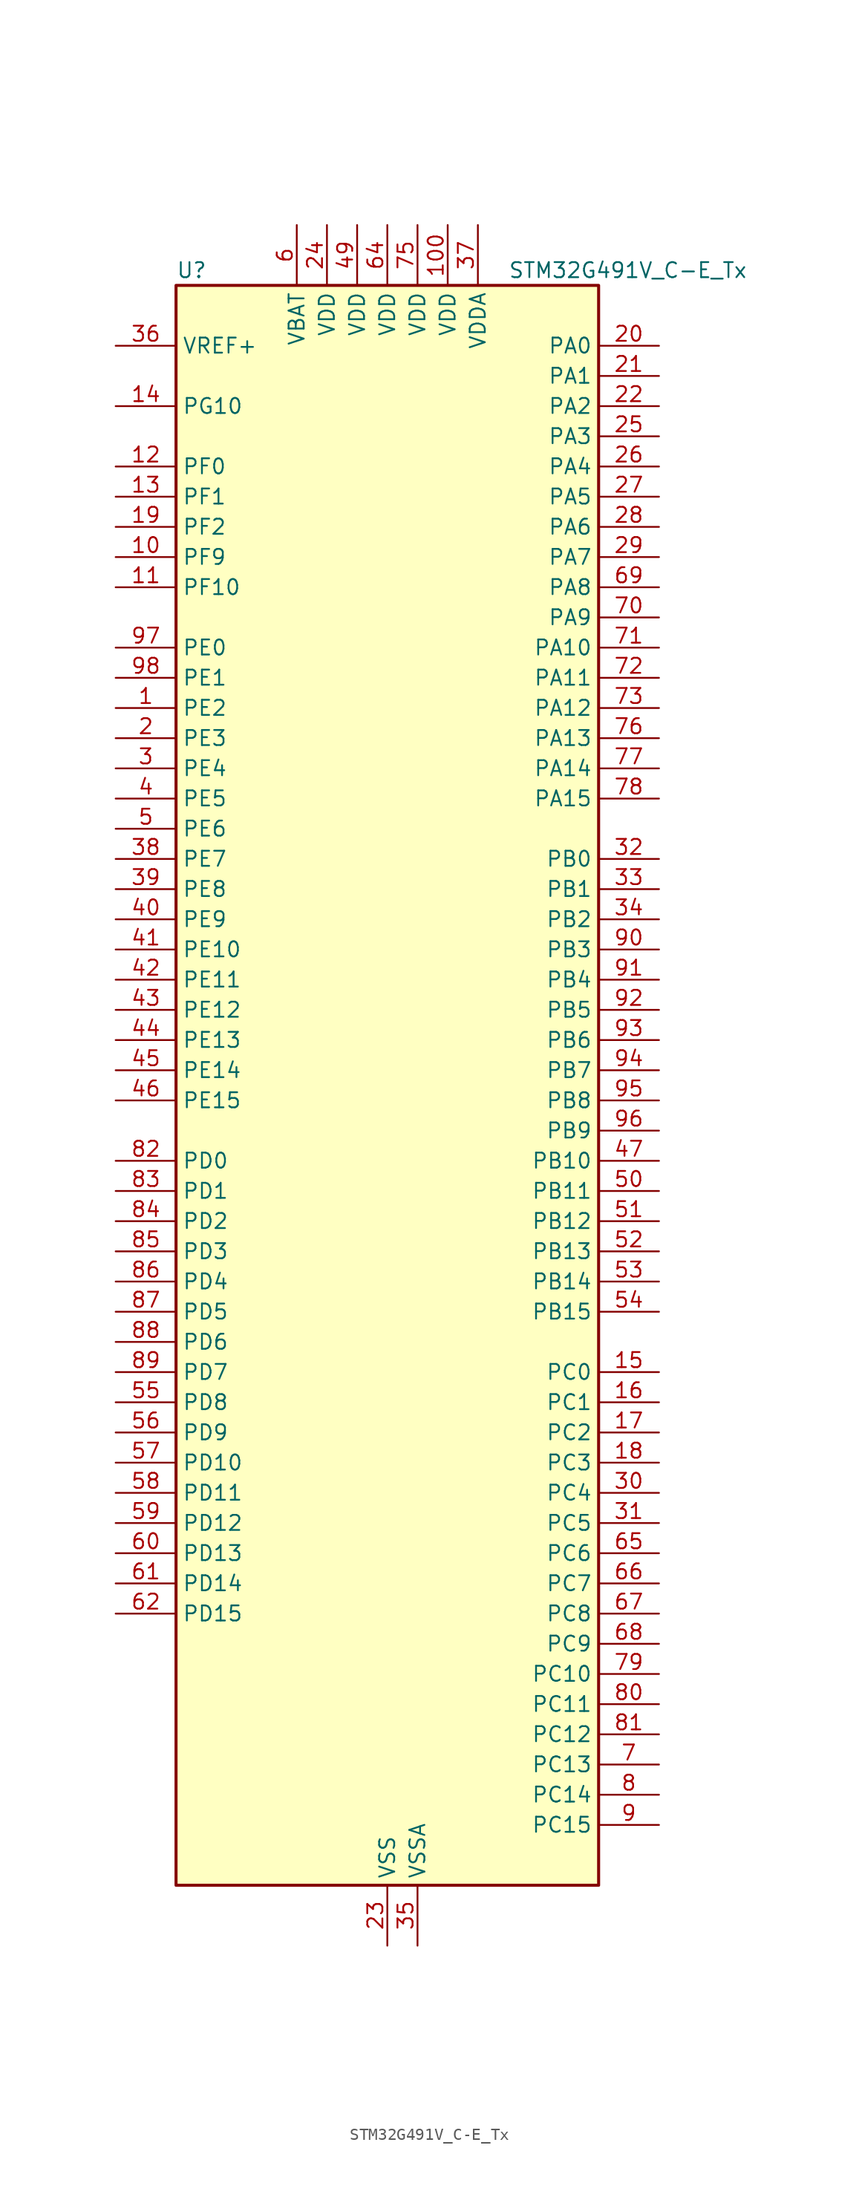
<source format=kicad_sym>
(kicad_symbol_lib
  (version 20241209)
  (generator "kicad_symbol_editor")
  (generator_version "9.0")
  (symbol "STM32G491V_C-E_Tx"
    (property "Reference" "U"
      (at -17.78 69.85 0)
      (effects (font (size 1.27 1.27)) (justify left)))
    (property "Value" "STM32G491V_C-E_Tx"
      (at 10.16 69.85 0)
      (effects (font (size 1.27 1.27)) (justify left)))
    (symbol "STM32G491V_C-E_Tx_0_1"
      (rectangle (start -17.78 -66.04) (end 17.78 68.58) (stroke (width 0.254) (type default)) (fill (type background))))
    (symbol "STM32G491V_C-E_Tx_1_1"
      (pin input line (at -22.86 63.5 0) (length 5.08) (name "VREF+" (effects (font (size 1.27 1.27)))) (number "36" (effects (font (size 1.27 1.27)))) (alternate "VREFBUF_OUT" bidirectional line))
      (pin bidirectional line (at -22.86 58.42 0) (length 5.08) (name "PG10" (effects (font (size 1.27 1.27)))) (number "14" (effects (font (size 1.27 1.27)))) (alternate "DAC1_EXTI10" bidirectional line) (alternate "DAC3_EXTI10" bidirectional line) (alternate "RCC_MCO" bidirectional line))
      (pin bidirectional line (at -22.86 53.34 0) (length 5.08) (name "PF0" (effects (font (size 1.27 1.27)))) (number "12" (effects (font (size 1.27 1.27)))) (alternate "ADC1_IN10" bidirectional line) (alternate "I2C2_SDA" bidirectional line) (alternate "I2S2_WS" bidirectional line) (alternate "RCC_OSC_IN" bidirectional line) (alternate "SPI2_NSS" bidirectional line) (alternate "TIM1_CH3N" bidirectional line))
      (pin bidirectional line (at -22.86 50.8 0) (length 5.08) (name "PF1" (effects (font (size 1.27 1.27)))) (number "13" (effects (font (size 1.27 1.27)))) (alternate "ADC2_IN10" bidirectional line) (alternate "COMP3_INM" bidirectional line) (alternate "I2S2_CK" bidirectional line) (alternate "RCC_OSC_OUT" bidirectional line) (alternate "SPI2_SCK" bidirectional line))
      (pin bidirectional line (at -22.86 48.26 0) (length 5.08) (name "PF2" (effects (font (size 1.27 1.27)))) (number "19" (effects (font (size 1.27 1.27)))) (alternate "ADC3_EXTI2" bidirectional line) (alternate "I2C2_SMBA" bidirectional line) (alternate "TIM20_CH3" bidirectional line))
      (pin bidirectional line (at -22.86 45.72 0) (length 5.08) (name "PF9" (effects (font (size 1.27 1.27)))) (number "10" (effects (font (size 1.27 1.27)))) (alternate "DAC1_EXTI9" bidirectional line) (alternate "DAC3_EXTI9" bidirectional line) (alternate "QUADSPI1_BK1_IO1" bidirectional line) (alternate "SAI1_FS_B" bidirectional line) (alternate "SPI2_SCK" bidirectional line) (alternate "TIM15_CH1" bidirectional line) (alternate "TIM20_BKIN" bidirectional line))
      (pin bidirectional line (at -22.86 43.18 0) (length 5.08) (name "PF10" (effects (font (size 1.27 1.27)))) (number "11" (effects (font (size 1.27 1.27)))) (alternate "DAC1_EXTI10" bidirectional line) (alternate "DAC3_EXTI10" bidirectional line) (alternate "QUADSPI1_CLK" bidirectional line) (alternate "SAI1_D3" bidirectional line) (alternate "SPI2_SCK" bidirectional line) (alternate "TIM15_CH2" bidirectional line) (alternate "TIM20_BKIN2" bidirectional line))
      (pin bidirectional line (at -22.86 38.1 0) (length 5.08) (name "PE0" (effects (font (size 1.27 1.27)))) (number "97" (effects (font (size 1.27 1.27)))) (alternate "TIM16_CH1" bidirectional line) (alternate "TIM20_CH4N" bidirectional line) (alternate "TIM20_ETR" bidirectional line) (alternate "TIM4_ETR" bidirectional line) (alternate "USART1_TX" bidirectional line))
      (pin bidirectional line (at -22.86 35.56 0) (length 5.08) (name "PE1" (effects (font (size 1.27 1.27)))) (number "98" (effects (font (size 1.27 1.27)))) (alternate "TIM17_CH1" bidirectional line) (alternate "TIM20_CH4" bidirectional line) (alternate "USART1_RX" bidirectional line))
      (pin bidirectional line (at -22.86 33.02 0) (length 5.08) (name "PE2" (effects (font (size 1.27 1.27)))) (number "1" (effects (font (size 1.27 1.27)))) (alternate "ADC3_EXTI2" bidirectional line) (alternate "SAI1_CK1" bidirectional line) (alternate "SAI1_MCLK_A" bidirectional line) (alternate "SYS_TRACECLK" bidirectional line) (alternate "TIM20_CH1" bidirectional line) (alternate "TIM3_CH1" bidirectional line))
      (pin bidirectional line (at -22.86 30.48 0) (length 5.08) (name "PE3" (effects (font (size 1.27 1.27)))) (number "2" (effects (font (size 1.27 1.27)))) (alternate "ADC3_EXTI3" bidirectional line) (alternate "SAI1_SD_B" bidirectional line) (alternate "SYS_TRACED0" bidirectional line) (alternate "TIM20_CH2" bidirectional line) (alternate "TIM3_CH2" bidirectional line))
      (pin bidirectional line (at -22.86 27.94 0) (length 5.08) (name "PE4" (effects (font (size 1.27 1.27)))) (number "3" (effects (font (size 1.27 1.27)))) (alternate "SAI1_D2" bidirectional line) (alternate "SAI1_FS_A" bidirectional line) (alternate "SYS_TRACED1" bidirectional line) (alternate "TIM20_CH1N" bidirectional line) (alternate "TIM3_CH3" bidirectional line))
      (pin bidirectional line (at -22.86 25.4 0) (length 5.08) (name "PE5" (effects (font (size 1.27 1.27)))) (number "4" (effects (font (size 1.27 1.27)))) (alternate "SAI1_CK2" bidirectional line) (alternate "SAI1_SCK_A" bidirectional line) (alternate "SYS_TRACED2" bidirectional line) (alternate "TIM20_CH2N" bidirectional line) (alternate "TIM3_CH4" bidirectional line))
      (pin bidirectional line (at -22.86 22.86 0) (length 5.08) (name "PE6" (effects (font (size 1.27 1.27)))) (number "5" (effects (font (size 1.27 1.27)))) (alternate "RTC_TAMP3" bidirectional line) (alternate "SAI1_D1" bidirectional line) (alternate "SAI1_SD_A" bidirectional line) (alternate "SYS_TRACED3" bidirectional line) (alternate "SYS_WKUP3" bidirectional line) (alternate "TIM20_CH3N" bidirectional line))
      (pin bidirectional line (at -22.86 20.32 0) (length 5.08) (name "PE7" (effects (font (size 1.27 1.27)))) (number "38" (effects (font (size 1.27 1.27)))) (alternate "ADC3_IN4" bidirectional line) (alternate "COMP4_INP" bidirectional line) (alternate "SAI1_SD_B" bidirectional line) (alternate "TIM1_ETR" bidirectional line))
      (pin bidirectional line (at -22.86 17.78 0) (length 5.08) (name "PE8" (effects (font (size 1.27 1.27)))) (number "39" (effects (font (size 1.27 1.27)))) (alternate "ADC3_IN6" bidirectional line) (alternate "COMP4_INM" bidirectional line) (alternate "SAI1_SCK_B" bidirectional line) (alternate "TIM1_CH1N" bidirectional line))
      (pin bidirectional line (at -22.86 15.24 0) (length 5.08) (name "PE9" (effects (font (size 1.27 1.27)))) (number "40" (effects (font (size 1.27 1.27)))) (alternate "ADC3_IN2" bidirectional line) (alternate "DAC1_EXTI9" bidirectional line) (alternate "DAC3_EXTI9" bidirectional line) (alternate "SAI1_FS_B" bidirectional line) (alternate "TIM1_CH1" bidirectional line))
      (pin bidirectional line (at -22.86 12.7 0) (length 5.08) (name "PE10" (effects (font (size 1.27 1.27)))) (number "41" (effects (font (size 1.27 1.27)))) (alternate "ADC3_IN14" bidirectional line) (alternate "DAC1_EXTI10" bidirectional line) (alternate "DAC3_EXTI10" bidirectional line) (alternate "QUADSPI1_CLK" bidirectional line) (alternate "SAI1_MCLK_B" bidirectional line) (alternate "TIM1_CH2N" bidirectional line))
      (pin bidirectional line (at -22.86 10.16 0) (length 5.08) (name "PE11" (effects (font (size 1.27 1.27)))) (number "42" (effects (font (size 1.27 1.27)))) (alternate "ADC1_EXTI11" bidirectional line) (alternate "ADC2_EXTI11" bidirectional line) (alternate "ADC3_IN15" bidirectional line) (alternate "QUADSPI1_BK1_NCS" bidirectional line) (alternate "TIM1_CH2" bidirectional line))
      (pin bidirectional line (at -22.86 7.62 0) (length 5.08) (name "PE12" (effects (font (size 1.27 1.27)))) (number "43" (effects (font (size 1.27 1.27)))) (alternate "ADC3_IN16" bidirectional line) (alternate "QUADSPI1_BK1_IO0" bidirectional line) (alternate "TIM1_CH3N" bidirectional line))
      (pin bidirectional line (at -22.86 5.08 0) (length 5.08) (name "PE13" (effects (font (size 1.27 1.27)))) (number "44" (effects (font (size 1.27 1.27)))) (alternate "ADC3_IN3" bidirectional line) (alternate "QUADSPI1_BK1_IO1" bidirectional line) (alternate "TIM1_CH3" bidirectional line))
      (pin bidirectional line (at -22.86 2.54 0) (length 5.08) (name "PE14" (effects (font (size 1.27 1.27)))) (number "45" (effects (font (size 1.27 1.27)))) (alternate "QUADSPI1_BK1_IO2" bidirectional line) (alternate "TIM1_BKIN2" bidirectional line) (alternate "TIM1_CH4" bidirectional line))
      (pin bidirectional line (at -22.86 0 0) (length 5.08) (name "PE15" (effects (font (size 1.27 1.27)))) (number "46" (effects (font (size 1.27 1.27)))) (alternate "ADC1_EXTI15" bidirectional line) (alternate "ADC2_EXTI15" bidirectional line) (alternate "QUADSPI1_BK1_IO3" bidirectional line) (alternate "TIM1_BKIN" bidirectional line) (alternate "TIM1_CH4N" bidirectional line) (alternate "USART3_RX" bidirectional line))
      (pin bidirectional line (at -22.86 -5.08 0) (length 5.08) (name "PD0" (effects (font (size 1.27 1.27)))) (number "82" (effects (font (size 1.27 1.27)))) (alternate "FDCAN1_RX" bidirectional line) (alternate "TIM8_CH4N" bidirectional line))
      (pin bidirectional line (at -22.86 -7.62 0) (length 5.08) (name "PD1" (effects (font (size 1.27 1.27)))) (number "83" (effects (font (size 1.27 1.27)))) (alternate "FDCAN1_TX" bidirectional line) (alternate "TIM8_BKIN2" bidirectional line) (alternate "TIM8_CH4" bidirectional line))
      (pin bidirectional line (at -22.86 -10.16 0) (length 5.08) (name "PD2" (effects (font (size 1.27 1.27)))) (number "84" (effects (font (size 1.27 1.27)))) (alternate "ADC3_EXTI2" bidirectional line) (alternate "TIM3_ETR" bidirectional line) (alternate "TIM8_BKIN" bidirectional line) (alternate "UART5_RX" bidirectional line))
      (pin bidirectional line (at -22.86 -12.7 0) (length 5.08) (name "PD3" (effects (font (size 1.27 1.27)))) (number "85" (effects (font (size 1.27 1.27)))) (alternate "ADC3_EXTI3" bidirectional line) (alternate "QUADSPI1_BK2_NCS" bidirectional line) (alternate "TIM2_CH1" bidirectional line) (alternate "TIM2_ETR" bidirectional line) (alternate "USART2_CTS" bidirectional line) (alternate "USART2_NSS" bidirectional line))
      (pin bidirectional line (at -22.86 -15.24 0) (length 5.08) (name "PD4" (effects (font (size 1.27 1.27)))) (number "86" (effects (font (size 1.27 1.27)))) (alternate "QUADSPI1_BK2_IO0" bidirectional line) (alternate "TIM2_CH2" bidirectional line) (alternate "USART2_DE" bidirectional line) (alternate "USART2_RTS" bidirectional line))
      (pin bidirectional line (at -22.86 -17.78 0) (length 5.08) (name "PD5" (effects (font (size 1.27 1.27)))) (number "87" (effects (font (size 1.27 1.27)))) (alternate "QUADSPI1_BK2_IO1" bidirectional line) (alternate "USART2_TX" bidirectional line))
      (pin bidirectional line (at -22.86 -20.32 0) (length 5.08) (name "PD6" (effects (font (size 1.27 1.27)))) (number "88" (effects (font (size 1.27 1.27)))) (alternate "QUADSPI1_BK2_IO2" bidirectional line) (alternate "SAI1_D1" bidirectional line) (alternate "SAI1_SD_A" bidirectional line) (alternate "TIM2_CH4" bidirectional line) (alternate "USART2_RX" bidirectional line))
      (pin bidirectional line (at -22.86 -22.86 0) (length 5.08) (name "PD7" (effects (font (size 1.27 1.27)))) (number "89" (effects (font (size 1.27 1.27)))) (alternate "QUADSPI1_BK2_IO3" bidirectional line) (alternate "TIM2_CH3" bidirectional line) (alternate "USART2_CK" bidirectional line))
      (pin bidirectional line (at -22.86 -25.4 0) (length 5.08) (name "PD8" (effects (font (size 1.27 1.27)))) (number "55" (effects (font (size 1.27 1.27)))) (alternate "USART3_TX" bidirectional line))
      (pin bidirectional line (at -22.86 -27.94 0) (length 5.08) (name "PD9" (effects (font (size 1.27 1.27)))) (number "56" (effects (font (size 1.27 1.27)))) (alternate "DAC1_EXTI9" bidirectional line) (alternate "DAC3_EXTI9" bidirectional line) (alternate "OPAMP6_VINP" bidirectional line) (alternate "OPAMP6_VINP_SEC" bidirectional line) (alternate "USART3_RX" bidirectional line))
      (pin bidirectional line (at -22.86 -30.48 0) (length 5.08) (name "PD10" (effects (font (size 1.27 1.27)))) (number "57" (effects (font (size 1.27 1.27)))) (alternate "ADC3_IN7" bidirectional line) (alternate "DAC1_EXTI10" bidirectional line) (alternate "DAC3_EXTI10" bidirectional line) (alternate "USART3_CK" bidirectional line))
      (pin bidirectional line (at -22.86 -33.02 0) (length 5.08) (name "PD11" (effects (font (size 1.27 1.27)))) (number "58" (effects (font (size 1.27 1.27)))) (alternate "ADC1_EXTI11" bidirectional line) (alternate "ADC2_EXTI11" bidirectional line) (alternate "ADC3_IN8" bidirectional line) (alternate "USART3_CTS" bidirectional line) (alternate "USART3_NSS" bidirectional line))
      (pin bidirectional line (at -22.86 -35.56 0) (length 5.08) (name "PD12" (effects (font (size 1.27 1.27)))) (number "59" (effects (font (size 1.27 1.27)))) (alternate "ADC3_IN9" bidirectional line) (alternate "TIM4_CH1" bidirectional line) (alternate "USART3_DE" bidirectional line) (alternate "USART3_RTS" bidirectional line))
      (pin bidirectional line (at -22.86 -38.1 0) (length 5.08) (name "PD13" (effects (font (size 1.27 1.27)))) (number "60" (effects (font (size 1.27 1.27)))) (alternate "ADC3_IN10" bidirectional line) (alternate "TIM4_CH2" bidirectional line))
      (pin bidirectional line (at -22.86 -40.64 0) (length 5.08) (name "PD14" (effects (font (size 1.27 1.27)))) (number "61" (effects (font (size 1.27 1.27)))) (alternate "ADC3_IN11" bidirectional line) (alternate "OPAMP2_VINP" bidirectional line) (alternate "OPAMP2_VINP_SEC" bidirectional line) (alternate "TIM4_CH3" bidirectional line))
      (pin bidirectional line (at -22.86 -43.18 0) (length 5.08) (name "PD15" (effects (font (size 1.27 1.27)))) (number "62" (effects (font (size 1.27 1.27)))) (alternate "ADC1_EXTI15" bidirectional line) (alternate "ADC2_EXTI15" bidirectional line) (alternate "SPI2_NSS" bidirectional line) (alternate "TIM4_CH4" bidirectional line))
      (pin power_in line (at -7.62 73.66 270) (length 5.08) (name "VBAT" (effects (font (size 1.27 1.27)))) (number "6" (effects (font (size 1.27 1.27)))))
      (pin power_in line (at -5.08 73.66 270) (length 5.08) (name "VDD" (effects (font (size 1.27 1.27)))) (number "24" (effects (font (size 1.27 1.27)))))
      (pin power_in line (at -2.54 73.66 270) (length 5.08) (name "VDD" (effects (font (size 1.27 1.27)))) (number "49" (effects (font (size 1.27 1.27)))))
      (pin power_in line (at 0 73.66 270) (length 5.08) (name "VDD" (effects (font (size 1.27 1.27)))) (number "64" (effects (font (size 1.27 1.27)))))
      (pin power_in line (at 0 -71.12 90) (length 5.08) (name "VSS" (effects (font (size 1.27 1.27)))) (number "23" (effects (font (size 1.27 1.27)))))
      (pin passive line (at 0 -71.12 90) (length 5.08) (hide yes) (name "VSS" (effects (font (size 1.27 1.27)))) (number "48" (effects (font (size 1.27 1.27)))))
      (pin passive line (at 0 -71.12 90) (length 5.08) (hide yes) (name "VSS" (effects (font (size 1.27 1.27)))) (number "63" (effects (font (size 1.27 1.27)))))
      (pin passive line (at 0 -71.12 90) (length 5.08) (hide yes) (name "VSS" (effects (font (size 1.27 1.27)))) (number "74" (effects (font (size 1.27 1.27)))))
      (pin passive line (at 0 -71.12 90) (length 5.08) (hide yes) (name "VSS" (effects (font (size 1.27 1.27)))) (number "99" (effects (font (size 1.27 1.27)))))
      (pin power_in line (at 2.54 73.66 270) (length 5.08) (name "VDD" (effects (font (size 1.27 1.27)))) (number "75" (effects (font (size 1.27 1.27)))))
      (pin power_in line (at 2.54 -71.12 90) (length 5.08) (name "VSSA" (effects (font (size 1.27 1.27)))) (number "35" (effects (font (size 1.27 1.27)))))
      (pin power_in line (at 5.08 73.66 270) (length 5.08) (name "VDD" (effects (font (size 1.27 1.27)))) (number "100" (effects (font (size 1.27 1.27)))))
      (pin power_in line (at 7.62 73.66 270) (length 5.08) (name "VDDA" (effects (font (size 1.27 1.27)))) (number "37" (effects (font (size 1.27 1.27)))))
      (pin bidirectional line (at 22.86 63.5 180) (length 5.08) (name "PA0" (effects (font (size 1.27 1.27)))) (number "20" (effects (font (size 1.27 1.27)))) (alternate "ADC1_IN1" bidirectional line) (alternate "ADC2_IN1" bidirectional line) (alternate "COMP1_INM" bidirectional line) (alternate "COMP1_OUT" bidirectional line) (alternate "COMP3_INP" bidirectional line) (alternate "RTC_TAMP2" bidirectional line) (alternate "SYS_WKUP1" bidirectional line) (alternate "TIM2_CH1" bidirectional line) (alternate "TIM2_ETR" bidirectional line) (alternate "TIM8_BKIN" bidirectional line) (alternate "TIM8_ETR" bidirectional line) (alternate "USART2_CTS" bidirectional line) (alternate "USART2_NSS" bidirectional line))
      (pin bidirectional line (at 22.86 60.96 180) (length 5.08) (name "PA1" (effects (font (size 1.27 1.27)))) (number "21" (effects (font (size 1.27 1.27)))) (alternate "ADC1_IN2" bidirectional line) (alternate "ADC2_IN2" bidirectional line) (alternate "COMP1_INP" bidirectional line) (alternate "OPAMP1_VINP" bidirectional line) (alternate "OPAMP1_VINP_SEC" bidirectional line) (alternate "OPAMP3_VINP" bidirectional line) (alternate "OPAMP3_VINP_SEC" bidirectional line) (alternate "OPAMP6_VINM" bidirectional line) (alternate "OPAMP6_VINM0" bidirectional line) (alternate "OPAMP6_VINM_SEC" bidirectional line) (alternate "RTC_REFIN" bidirectional line) (alternate "TIM15_CH1N" bidirectional line) (alternate "TIM2_CH2" bidirectional line) (alternate "USART2_DE" bidirectional line) (alternate "USART2_RTS" bidirectional line))
      (pin bidirectional line (at 22.86 58.42 180) (length 5.08) (name "PA2" (effects (font (size 1.27 1.27)))) (number "22" (effects (font (size 1.27 1.27)))) (alternate "ADC1_IN3" bidirectional line) (alternate "ADC3_EXTI2" bidirectional line) (alternate "COMP2_INM" bidirectional line) (alternate "COMP2_OUT" bidirectional line) (alternate "LPUART1_TX" bidirectional line) (alternate "OPAMP1_VOUT" bidirectional line) (alternate "QUADSPI1_BK1_NCS" bidirectional line) (alternate "RCC_LSCO" bidirectional line) (alternate "SYS_WKUP4" bidirectional line) (alternate "TIM15_CH1" bidirectional line) (alternate "TIM2_CH3" bidirectional line) (alternate "UCPD1_FRSTX1" bidirectional line) (alternate "UCPD1_FRSTX2" bidirectional line) (alternate "USART2_TX" bidirectional line))
      (pin bidirectional line (at 22.86 55.88 180) (length 5.08) (name "PA3" (effects (font (size 1.27 1.27)))) (number "25" (effects (font (size 1.27 1.27)))) (alternate "ADC1_IN4" bidirectional line) (alternate "ADC3_EXTI3" bidirectional line) (alternate "COMP2_INP" bidirectional line) (alternate "LPUART1_RX" bidirectional line) (alternate "OPAMP1_VINM" bidirectional line) (alternate "OPAMP1_VINM0" bidirectional line) (alternate "OPAMP1_VINM_SEC" bidirectional line) (alternate "OPAMP1_VINP" bidirectional line) (alternate "OPAMP1_VINP_SEC" bidirectional line) (alternate "QUADSPI1_CLK" bidirectional line) (alternate "SAI1_CK1" bidirectional line) (alternate "SAI1_MCLK_A" bidirectional line) (alternate "TIM15_CH2" bidirectional line) (alternate "TIM2_CH4" bidirectional line) (alternate "USART2_RX" bidirectional line))
      (pin bidirectional line (at 22.86 53.34 180) (length 5.08) (name "PA4" (effects (font (size 1.27 1.27)))) (number "26" (effects (font (size 1.27 1.27)))) (alternate "ADC2_IN17" bidirectional line) (alternate "COMP1_INM" bidirectional line) (alternate "DAC1_OUT1" bidirectional line) (alternate "I2S3_WS" bidirectional line) (alternate "SAI1_FS_B" bidirectional line) (alternate "SPI1_NSS" bidirectional line) (alternate "SPI3_NSS" bidirectional line) (alternate "TIM3_CH2" bidirectional line) (alternate "USART2_CK" bidirectional line))
      (pin bidirectional line (at 22.86 50.8 180) (length 5.08) (name "PA5" (effects (font (size 1.27 1.27)))) (number "27" (effects (font (size 1.27 1.27)))) (alternate "ADC2_IN13" bidirectional line) (alternate "COMP2_INM" bidirectional line) (alternate "DAC1_OUT2" bidirectional line) (alternate "OPAMP2_VINM" bidirectional line) (alternate "OPAMP2_VINM0" bidirectional line) (alternate "OPAMP2_VINM_SEC" bidirectional line) (alternate "SPI1_SCK" bidirectional line) (alternate "TIM2_CH1" bidirectional line) (alternate "TIM2_ETR" bidirectional line) (alternate "UCPD1_FRSTX1" bidirectional line) (alternate "UCPD1_FRSTX2" bidirectional line))
      (pin bidirectional line (at 22.86 48.26 180) (length 5.08) (name "PA6" (effects (font (size 1.27 1.27)))) (number "28" (effects (font (size 1.27 1.27)))) (alternate "ADC2_IN3" bidirectional line) (alternate "COMP1_OUT" bidirectional line) (alternate "LPUART1_CTS" bidirectional line) (alternate "OPAMP2_VOUT" bidirectional line) (alternate "QUADSPI1_BK1_IO3" bidirectional line) (alternate "SPI1_MISO" bidirectional line) (alternate "TIM16_CH1" bidirectional line) (alternate "TIM1_BKIN" bidirectional line) (alternate "TIM3_CH1" bidirectional line) (alternate "TIM8_BKIN" bidirectional line))
      (pin bidirectional line (at 22.86 45.72 180) (length 5.08) (name "PA7" (effects (font (size 1.27 1.27)))) (number "29" (effects (font (size 1.27 1.27)))) (alternate "ADC2_IN4" bidirectional line) (alternate "COMP2_INP" bidirectional line) (alternate "COMP2_OUT" bidirectional line) (alternate "OPAMP1_VINP" bidirectional line) (alternate "OPAMP1_VINP_SEC" bidirectional line) (alternate "OPAMP2_VINP" bidirectional line) (alternate "OPAMP2_VINP_SEC" bidirectional line) (alternate "QUADSPI1_BK1_IO2" bidirectional line) (alternate "SPI1_MOSI" bidirectional line) (alternate "TIM17_CH1" bidirectional line) (alternate "TIM1_CH1N" bidirectional line) (alternate "TIM3_CH2" bidirectional line) (alternate "TIM8_CH1N" bidirectional line) (alternate "UCPD1_FRSTX1" bidirectional line) (alternate "UCPD1_FRSTX2" bidirectional line))
      (pin bidirectional line (at 22.86 43.18 180) (length 5.08) (name "PA8" (effects (font (size 1.27 1.27)))) (number "69" (effects (font (size 1.27 1.27)))) (alternate "I2C2_SDA" bidirectional line) (alternate "I2C3_SCL" bidirectional line) (alternate "I2S2_MCK" bidirectional line) (alternate "RCC_MCO" bidirectional line) (alternate "SAI1_CK2" bidirectional line) (alternate "SAI1_SCK_A" bidirectional line) (alternate "TIM1_CH1" bidirectional line) (alternate "TIM4_ETR" bidirectional line) (alternate "USART1_CK" bidirectional line))
      (pin bidirectional line (at 22.86 40.64 180) (length 5.08) (name "PA9" (effects (font (size 1.27 1.27)))) (number "70" (effects (font (size 1.27 1.27)))) (alternate "DAC1_EXTI9" bidirectional line) (alternate "DAC3_EXTI9" bidirectional line) (alternate "I2C2_SCL" bidirectional line) (alternate "I2C3_SMBA" bidirectional line) (alternate "I2S3_MCK" bidirectional line) (alternate "SAI1_FS_A" bidirectional line) (alternate "TIM15_BKIN" bidirectional line) (alternate "TIM1_CH2" bidirectional line) (alternate "TIM2_CH3" bidirectional line) (alternate "UCPD1_DBCC1" bidirectional line) (alternate "USART1_TX" bidirectional line))
      (pin bidirectional line (at 22.86 38.1 180) (length 5.08) (name "PA10" (effects (font (size 1.27 1.27)))) (number "71" (effects (font (size 1.27 1.27)))) (alternate "CRS_SYNC" bidirectional line) (alternate "DAC1_EXTI10" bidirectional line) (alternate "DAC3_EXTI10" bidirectional line) (alternate "I2C2_SMBA" bidirectional line) (alternate "SAI1_D1" bidirectional line) (alternate "SAI1_SD_A" bidirectional line) (alternate "SPI2_MISO" bidirectional line) (alternate "TIM17_BKIN" bidirectional line) (alternate "TIM1_CH3" bidirectional line) (alternate "TIM2_CH4" bidirectional line) (alternate "TIM8_BKIN" bidirectional line) (alternate "UCPD1_DBCC2" bidirectional line) (alternate "USART1_RX" bidirectional line))
      (pin bidirectional line (at 22.86 35.56 180) (length 5.08) (name "PA11" (effects (font (size 1.27 1.27)))) (number "72" (effects (font (size 1.27 1.27)))) (alternate "ADC1_EXTI11" bidirectional line) (alternate "ADC2_EXTI11" bidirectional line) (alternate "COMP1_OUT" bidirectional line) (alternate "FDCAN1_RX" bidirectional line) (alternate "I2S2_SD" bidirectional line) (alternate "SPI2_MOSI" bidirectional line) (alternate "TIM1_BKIN2" bidirectional line) (alternate "TIM1_CH1N" bidirectional line) (alternate "TIM1_CH4" bidirectional line) (alternate "TIM4_CH1" bidirectional line) (alternate "USART1_CTS" bidirectional line) (alternate "USART1_NSS" bidirectional line) (alternate "USB_DM" bidirectional line))
      (pin bidirectional line (at 22.86 33.02 180) (length 5.08) (name "PA12" (effects (font (size 1.27 1.27)))) (number "73" (effects (font (size 1.27 1.27)))) (alternate "COMP2_OUT" bidirectional line) (alternate "FDCAN1_TX" bidirectional line) (alternate "I2S_CKIN" bidirectional line) (alternate "TIM16_CH1" bidirectional line) (alternate "TIM1_CH2N" bidirectional line) (alternate "TIM1_ETR" bidirectional line) (alternate "TIM4_CH2" bidirectional line) (alternate "USART1_DE" bidirectional line) (alternate "USART1_RTS" bidirectional line) (alternate "USB_DP" bidirectional line))
      (pin bidirectional line (at 22.86 30.48 180) (length 5.08) (name "PA13" (effects (font (size 1.27 1.27)))) (number "76" (effects (font (size 1.27 1.27)))) (alternate "I2C1_SCL" bidirectional line) (alternate "IR_OUT" bidirectional line) (alternate "SAI1_SD_B" bidirectional line) (alternate "SYS_JTMS-SWDIO" bidirectional line) (alternate "TIM16_CH1N" bidirectional line) (alternate "TIM4_CH3" bidirectional line) (alternate "USART3_CTS" bidirectional line) (alternate "USART3_NSS" bidirectional line))
      (pin bidirectional line (at 22.86 27.94 180) (length 5.08) (name "PA14" (effects (font (size 1.27 1.27)))) (number "77" (effects (font (size 1.27 1.27)))) (alternate "I2C1_SDA" bidirectional line) (alternate "LPTIM1_OUT" bidirectional line) (alternate "SAI1_FS_B" bidirectional line) (alternate "SYS_JTCK-SWCLK" bidirectional line) (alternate "TIM1_BKIN" bidirectional line) (alternate "TIM8_CH2" bidirectional line) (alternate "USART2_TX" bidirectional line))
      (pin bidirectional line (at 22.86 25.4 180) (length 5.08) (name "PA15" (effects (font (size 1.27 1.27)))) (number "78" (effects (font (size 1.27 1.27)))) (alternate "ADC1_EXTI15" bidirectional line) (alternate "ADC2_EXTI15" bidirectional line) (alternate "I2C1_SCL" bidirectional line) (alternate "I2S3_WS" bidirectional line) (alternate "SPI1_NSS" bidirectional line) (alternate "SPI3_NSS" bidirectional line) (alternate "SYS_JTDI" bidirectional line) (alternate "TIM1_BKIN" bidirectional line) (alternate "TIM20_ETR" bidirectional line) (alternate "TIM2_CH1" bidirectional line) (alternate "TIM2_ETR" bidirectional line) (alternate "TIM8_CH1" bidirectional line) (alternate "UART4_DE" bidirectional line) (alternate "UART4_RTS" bidirectional line) (alternate "USART2_RX" bidirectional line))
      (pin bidirectional line (at 22.86 20.32 180) (length 5.08) (name "PB0" (effects (font (size 1.27 1.27)))) (number "32" (effects (font (size 1.27 1.27)))) (alternate "ADC1_IN15" bidirectional line) (alternate "ADC3_IN12" bidirectional line) (alternate "COMP4_INP" bidirectional line) (alternate "OPAMP2_VINP" bidirectional line) (alternate "OPAMP2_VINP_SEC" bidirectional line) (alternate "OPAMP3_VINP" bidirectional line) (alternate "OPAMP3_VINP_SEC" bidirectional line) (alternate "QUADSPI1_BK1_IO1" bidirectional line) (alternate "TIM1_CH2N" bidirectional line) (alternate "TIM3_CH3" bidirectional line) (alternate "TIM8_CH2N" bidirectional line) (alternate "UCPD1_FRSTX1" bidirectional line) (alternate "UCPD1_FRSTX2" bidirectional line))
      (pin bidirectional line (at 22.86 17.78 180) (length 5.08) (name "PB1" (effects (font (size 1.27 1.27)))) (number "33" (effects (font (size 1.27 1.27)))) (alternate "ADC1_IN12" bidirectional line) (alternate "ADC3_IN1" bidirectional line) (alternate "COMP1_INP" bidirectional line) (alternate "COMP4_OUT" bidirectional line) (alternate "LPUART1_DE" bidirectional line) (alternate "LPUART1_RTS" bidirectional line) (alternate "OPAMP3_VOUT" bidirectional line) (alternate "OPAMP6_VINM" bidirectional line) (alternate "OPAMP6_VINM1" bidirectional line) (alternate "OPAMP6_VINM_SEC" bidirectional line) (alternate "QUADSPI1_BK1_IO0" bidirectional line) (alternate "TIM1_CH3N" bidirectional line) (alternate "TIM3_CH4" bidirectional line) (alternate "TIM8_CH3N" bidirectional line))
      (pin bidirectional line (at 22.86 15.24 180) (length 5.08) (name "PB2" (effects (font (size 1.27 1.27)))) (number "34" (effects (font (size 1.27 1.27)))) (alternate "ADC2_IN12" bidirectional line) (alternate "ADC3_EXTI2" bidirectional line) (alternate "COMP4_INM" bidirectional line) (alternate "I2C3_SMBA" bidirectional line) (alternate "LPTIM1_OUT" bidirectional line) (alternate "OPAMP3_VINM" bidirectional line) (alternate "OPAMP3_VINM0" bidirectional line) (alternate "OPAMP3_VINM_SEC" bidirectional line) (alternate "QUADSPI1_BK2_IO1" bidirectional line) (alternate "RTC_OUT2" bidirectional line) (alternate "TIM20_CH1" bidirectional line))
      (pin bidirectional line (at 22.86 12.7 180) (length 5.08) (name "PB3" (effects (font (size 1.27 1.27)))) (number "90" (effects (font (size 1.27 1.27)))) (alternate "ADC3_EXTI3" bidirectional line) (alternate "CRS_SYNC" bidirectional line) (alternate "I2S3_CK" bidirectional line) (alternate "SAI1_SCK_B" bidirectional line) (alternate "SPI1_SCK" bidirectional line) (alternate "SPI3_SCK" bidirectional line) (alternate "SYS_JTDO-SWO" bidirectional line) (alternate "TIM2_CH2" bidirectional line) (alternate "TIM3_ETR" bidirectional line) (alternate "TIM4_ETR" bidirectional line) (alternate "TIM8_CH1N" bidirectional line) (alternate "USART2_TX" bidirectional line))
      (pin bidirectional line (at 22.86 10.16 180) (length 5.08) (name "PB4" (effects (font (size 1.27 1.27)))) (number "91" (effects (font (size 1.27 1.27)))) (alternate "SAI1_MCLK_B" bidirectional line) (alternate "SPI1_MISO" bidirectional line) (alternate "SPI3_MISO" bidirectional line) (alternate "SYS_JTRST" bidirectional line) (alternate "TIM16_CH1" bidirectional line) (alternate "TIM17_BKIN" bidirectional line) (alternate "TIM3_CH1" bidirectional line) (alternate "TIM8_CH2N" bidirectional line) (alternate "UART5_DE" bidirectional line) (alternate "UART5_RTS" bidirectional line) (alternate "UCPD1_CC2" bidirectional line) (alternate "USART2_RX" bidirectional line))
      (pin bidirectional line (at 22.86 7.62 180) (length 5.08) (name "PB5" (effects (font (size 1.27 1.27)))) (number "92" (effects (font (size 1.27 1.27)))) (alternate "FDCAN2_RX" bidirectional line) (alternate "I2C1_SMBA" bidirectional line) (alternate "I2C3_SDA" bidirectional line) (alternate "I2S3_SD" bidirectional line) (alternate "LPTIM1_IN1" bidirectional line) (alternate "SAI1_SD_B" bidirectional line) (alternate "SPI1_MOSI" bidirectional line) (alternate "SPI3_MOSI" bidirectional line) (alternate "TIM16_BKIN" bidirectional line) (alternate "TIM17_CH1" bidirectional line) (alternate "TIM3_CH2" bidirectional line) (alternate "TIM8_CH3N" bidirectional line) (alternate "UART5_CTS" bidirectional line) (alternate "USART2_CK" bidirectional line))
      (pin bidirectional line (at 22.86 5.08 180) (length 5.08) (name "PB6" (effects (font (size 1.27 1.27)))) (number "93" (effects (font (size 1.27 1.27)))) (alternate "COMP4_OUT" bidirectional line) (alternate "FDCAN2_TX" bidirectional line) (alternate "LPTIM1_ETR" bidirectional line) (alternate "SAI1_FS_B" bidirectional line) (alternate "TIM16_CH1N" bidirectional line) (alternate "TIM4_CH1" bidirectional line) (alternate "TIM8_BKIN2" bidirectional line) (alternate "TIM8_CH1" bidirectional line) (alternate "TIM8_ETR" bidirectional line) (alternate "UCPD1_CC1" bidirectional line) (alternate "USART1_TX" bidirectional line))
      (pin bidirectional line (at 22.86 2.54 180) (length 5.08) (name "PB7" (effects (font (size 1.27 1.27)))) (number "94" (effects (font (size 1.27 1.27)))) (alternate "COMP3_OUT" bidirectional line) (alternate "I2C1_SDA" bidirectional line) (alternate "LPTIM1_IN2" bidirectional line) (alternate "SYS_PVD_IN" bidirectional line) (alternate "TIM17_CH1N" bidirectional line) (alternate "TIM3_CH4" bidirectional line) (alternate "TIM4_CH2" bidirectional line) (alternate "TIM8_BKIN" bidirectional line) (alternate "UART4_CTS" bidirectional line) (alternate "USART1_RX" bidirectional line))
      (pin bidirectional line (at 22.86 0 180) (length 5.08) (name "PB8" (effects (font (size 1.27 1.27)))) (number "95" (effects (font (size 1.27 1.27)))) (alternate "COMP1_OUT" bidirectional line) (alternate "FDCAN1_RX" bidirectional line) (alternate "I2C1_SCL" bidirectional line) (alternate "SAI1_CK1" bidirectional line) (alternate "SAI1_MCLK_A" bidirectional line) (alternate "TIM16_CH1" bidirectional line) (alternate "TIM1_BKIN" bidirectional line) (alternate "TIM4_CH3" bidirectional line) (alternate "TIM8_CH2" bidirectional line) (alternate "USART3_RX" bidirectional line))
      (pin bidirectional line (at 22.86 -2.54 180) (length 5.08) (name "PB9" (effects (font (size 1.27 1.27)))) (number "96" (effects (font (size 1.27 1.27)))) (alternate "COMP2_OUT" bidirectional line) (alternate "DAC1_EXTI9" bidirectional line) (alternate "DAC3_EXTI9" bidirectional line) (alternate "FDCAN1_TX" bidirectional line) (alternate "I2C1_SDA" bidirectional line) (alternate "IR_OUT" bidirectional line) (alternate "SAI1_D2" bidirectional line) (alternate "SAI1_FS_A" bidirectional line) (alternate "TIM17_CH1" bidirectional line) (alternate "TIM1_CH3N" bidirectional line) (alternate "TIM4_CH4" bidirectional line) (alternate "TIM8_CH3" bidirectional line) (alternate "USART3_TX" bidirectional line))
      (pin bidirectional line (at 22.86 -5.08 180) (length 5.08) (name "PB10" (effects (font (size 1.27 1.27)))) (number "47" (effects (font (size 1.27 1.27)))) (alternate "DAC1_EXTI10" bidirectional line) (alternate "DAC3_EXTI10" bidirectional line) (alternate "LPUART1_RX" bidirectional line) (alternate "OPAMP3_VINM" bidirectional line) (alternate "OPAMP3_VINM1" bidirectional line) (alternate "OPAMP3_VINM_SEC" bidirectional line) (alternate "QUADSPI1_CLK" bidirectional line) (alternate "SAI1_SCK_A" bidirectional line) (alternate "TIM1_BKIN" bidirectional line) (alternate "TIM2_CH3" bidirectional line) (alternate "USART3_TX" bidirectional line))
      (pin bidirectional line (at 22.86 -7.62 180) (length 5.08) (name "PB11" (effects (font (size 1.27 1.27)))) (number "50" (effects (font (size 1.27 1.27)))) (alternate "ADC1_EXTI11" bidirectional line) (alternate "ADC1_IN14" bidirectional line) (alternate "ADC2_EXTI11" bidirectional line) (alternate "ADC2_IN14" bidirectional line) (alternate "LPUART1_TX" bidirectional line) (alternate "OPAMP6_VOUT" bidirectional line) (alternate "QUADSPI1_BK1_NCS" bidirectional line) (alternate "TIM2_CH4" bidirectional line) (alternate "USART3_RX" bidirectional line))
      (pin bidirectional line (at 22.86 -10.16 180) (length 5.08) (name "PB12" (effects (font (size 1.27 1.27)))) (number "51" (effects (font (size 1.27 1.27)))) (alternate "ADC1_IN11" bidirectional line) (alternate "FDCAN2_RX" bidirectional line) (alternate "I2C2_SMBA" bidirectional line) (alternate "I2S2_WS" bidirectional line) (alternate "LPUART1_DE" bidirectional line) (alternate "LPUART1_RTS" bidirectional line) (alternate "OPAMP6_VINP" bidirectional line) (alternate "OPAMP6_VINP_SEC" bidirectional line) (alternate "SPI2_NSS" bidirectional line) (alternate "TIM1_BKIN" bidirectional line) (alternate "USART3_CK" bidirectional line))
      (pin bidirectional line (at 22.86 -12.7 180) (length 5.08) (name "PB13" (effects (font (size 1.27 1.27)))) (number "52" (effects (font (size 1.27 1.27)))) (alternate "ADC3_IN5" bidirectional line) (alternate "FDCAN2_TX" bidirectional line) (alternate "I2S2_CK" bidirectional line) (alternate "LPUART1_CTS" bidirectional line) (alternate "OPAMP3_VINP" bidirectional line) (alternate "OPAMP3_VINP_SEC" bidirectional line) (alternate "OPAMP6_VINP" bidirectional line) (alternate "OPAMP6_VINP_SEC" bidirectional line) (alternate "SPI2_SCK" bidirectional line) (alternate "TIM1_CH1N" bidirectional line) (alternate "USART3_CTS" bidirectional line) (alternate "USART3_NSS" bidirectional line))
      (pin bidirectional line (at 22.86 -15.24 180) (length 5.08) (name "PB14" (effects (font (size 1.27 1.27)))) (number "53" (effects (font (size 1.27 1.27)))) (alternate "ADC1_IN5" bidirectional line) (alternate "COMP4_OUT" bidirectional line) (alternate "OPAMP2_VINP" bidirectional line) (alternate "OPAMP2_VINP_SEC" bidirectional line) (alternate "SPI2_MISO" bidirectional line) (alternate "TIM15_CH1" bidirectional line) (alternate "TIM1_CH2N" bidirectional line) (alternate "USART3_DE" bidirectional line) (alternate "USART3_RTS" bidirectional line))
      (pin bidirectional line (at 22.86 -17.78 180) (length 5.08) (name "PB15" (effects (font (size 1.27 1.27)))) (number "54" (effects (font (size 1.27 1.27)))) (alternate "ADC1_EXTI15" bidirectional line) (alternate "ADC2_EXTI15" bidirectional line) (alternate "ADC2_IN15" bidirectional line) (alternate "COMP3_OUT" bidirectional line) (alternate "I2S2_SD" bidirectional line) (alternate "RTC_REFIN" bidirectional line) (alternate "SPI2_MOSI" bidirectional line) (alternate "TIM15_CH1N" bidirectional line) (alternate "TIM15_CH2" bidirectional line) (alternate "TIM1_CH3N" bidirectional line))
      (pin bidirectional line (at 22.86 -22.86 180) (length 5.08) (name "PC0" (effects (font (size 1.27 1.27)))) (number "15" (effects (font (size 1.27 1.27)))) (alternate "ADC1_IN6" bidirectional line) (alternate "ADC2_IN6" bidirectional line) (alternate "COMP3_INM" bidirectional line) (alternate "LPTIM1_IN1" bidirectional line) (alternate "LPUART1_RX" bidirectional line) (alternate "TIM1_CH1" bidirectional line))
      (pin bidirectional line (at 22.86 -25.4 180) (length 5.08) (name "PC1" (effects (font (size 1.27 1.27)))) (number "16" (effects (font (size 1.27 1.27)))) (alternate "ADC1_IN7" bidirectional line) (alternate "ADC2_IN7" bidirectional line) (alternate "COMP3_INP" bidirectional line) (alternate "LPTIM1_OUT" bidirectional line) (alternate "LPUART1_TX" bidirectional line) (alternate "QUADSPI1_BK2_IO0" bidirectional line) (alternate "SAI1_SD_A" bidirectional line) (alternate "TIM1_CH2" bidirectional line))
      (pin bidirectional line (at 22.86 -27.94 180) (length 5.08) (name "PC2" (effects (font (size 1.27 1.27)))) (number "17" (effects (font (size 1.27 1.27)))) (alternate "ADC1_IN8" bidirectional line) (alternate "ADC2_IN8" bidirectional line) (alternate "ADC3_EXTI2" bidirectional line) (alternate "COMP3_OUT" bidirectional line) (alternate "LPTIM1_IN2" bidirectional line) (alternate "QUADSPI1_BK2_IO1" bidirectional line) (alternate "TIM1_CH3" bidirectional line) (alternate "TIM20_CH2" bidirectional line))
      (pin bidirectional line (at 22.86 -30.48 180) (length 5.08) (name "PC3" (effects (font (size 1.27 1.27)))) (number "18" (effects (font (size 1.27 1.27)))) (alternate "ADC1_IN9" bidirectional line) (alternate "ADC2_IN9" bidirectional line) (alternate "ADC3_EXTI3" bidirectional line) (alternate "LPTIM1_ETR" bidirectional line) (alternate "QUADSPI1_BK2_IO2" bidirectional line) (alternate "SAI1_D1" bidirectional line) (alternate "SAI1_SD_A" bidirectional line) (alternate "TIM1_BKIN2" bidirectional line) (alternate "TIM1_CH4" bidirectional line))
      (pin bidirectional line (at 22.86 -33.02 180) (length 5.08) (name "PC4" (effects (font (size 1.27 1.27)))) (number "30" (effects (font (size 1.27 1.27)))) (alternate "ADC2_IN5" bidirectional line) (alternate "I2C2_SCL" bidirectional line) (alternate "QUADSPI1_BK2_IO3" bidirectional line) (alternate "TIM1_ETR" bidirectional line) (alternate "USART1_TX" bidirectional line))
      (pin bidirectional line (at 22.86 -35.56 180) (length 5.08) (name "PC5" (effects (font (size 1.27 1.27)))) (number "31" (effects (font (size 1.27 1.27)))) (alternate "ADC2_IN11" bidirectional line) (alternate "OPAMP1_VINM" bidirectional line) (alternate "OPAMP1_VINM1" bidirectional line) (alternate "OPAMP1_VINM_SEC" bidirectional line) (alternate "OPAMP2_VINM" bidirectional line) (alternate "OPAMP2_VINM1" bidirectional line) (alternate "OPAMP2_VINM_SEC" bidirectional line) (alternate "SAI1_D3" bidirectional line) (alternate "SYS_WKUP5" bidirectional line) (alternate "TIM15_BKIN" bidirectional line) (alternate "TIM1_CH4N" bidirectional line) (alternate "USART1_RX" bidirectional line))
      (pin bidirectional line (at 22.86 -38.1 180) (length 5.08) (name "PC6" (effects (font (size 1.27 1.27)))) (number "65" (effects (font (size 1.27 1.27)))) (alternate "I2S2_MCK" bidirectional line) (alternate "TIM3_CH1" bidirectional line) (alternate "TIM8_CH1" bidirectional line))
      (pin bidirectional line (at 22.86 -40.64 180) (length 5.08) (name "PC7" (effects (font (size 1.27 1.27)))) (number "66" (effects (font (size 1.27 1.27)))) (alternate "I2S3_MCK" bidirectional line) (alternate "TIM3_CH2" bidirectional line) (alternate "TIM8_CH2" bidirectional line))
      (pin bidirectional line (at 22.86 -43.18 180) (length 5.08) (name "PC8" (effects (font (size 1.27 1.27)))) (number "67" (effects (font (size 1.27 1.27)))) (alternate "I2C3_SCL" bidirectional line) (alternate "TIM20_CH3" bidirectional line) (alternate "TIM3_CH3" bidirectional line) (alternate "TIM8_CH3" bidirectional line))
      (pin bidirectional line (at 22.86 -45.72 180) (length 5.08) (name "PC9" (effects (font (size 1.27 1.27)))) (number "68" (effects (font (size 1.27 1.27)))) (alternate "DAC1_EXTI9" bidirectional line) (alternate "DAC3_EXTI9" bidirectional line) (alternate "I2C3_SDA" bidirectional line) (alternate "I2S_CKIN" bidirectional line) (alternate "TIM3_CH4" bidirectional line) (alternate "TIM8_BKIN2" bidirectional line) (alternate "TIM8_CH4" bidirectional line))
      (pin bidirectional line (at 22.86 -48.26 180) (length 5.08) (name "PC10" (effects (font (size 1.27 1.27)))) (number "79" (effects (font (size 1.27 1.27)))) (alternate "DAC1_EXTI10" bidirectional line) (alternate "DAC3_EXTI10" bidirectional line) (alternate "I2S3_CK" bidirectional line) (alternate "SPI3_SCK" bidirectional line) (alternate "TIM8_CH1N" bidirectional line) (alternate "UART4_TX" bidirectional line) (alternate "USART3_TX" bidirectional line))
      (pin bidirectional line (at 22.86 -50.8 180) (length 5.08) (name "PC11" (effects (font (size 1.27 1.27)))) (number "80" (effects (font (size 1.27 1.27)))) (alternate "ADC1_EXTI11" bidirectional line) (alternate "ADC2_EXTI11" bidirectional line) (alternate "I2C3_SDA" bidirectional line) (alternate "SPI3_MISO" bidirectional line) (alternate "TIM8_CH2N" bidirectional line) (alternate "UART4_RX" bidirectional line) (alternate "USART3_RX" bidirectional line))
      (pin bidirectional line (at 22.86 -53.34 180) (length 5.08) (name "PC12" (effects (font (size 1.27 1.27)))) (number "81" (effects (font (size 1.27 1.27)))) (alternate "I2S3_SD" bidirectional line) (alternate "SPI3_MOSI" bidirectional line) (alternate "TIM8_CH3N" bidirectional line) (alternate "UART5_TX" bidirectional line) (alternate "UCPD1_FRSTX1" bidirectional line) (alternate "UCPD1_FRSTX2" bidirectional line) (alternate "USART3_CK" bidirectional line))
      (pin bidirectional line (at 22.86 -55.88 180) (length 5.08) (name "PC13" (effects (font (size 1.27 1.27)))) (number "7" (effects (font (size 1.27 1.27)))) (alternate "RTC_OUT1" bidirectional line) (alternate "RTC_TAMP1" bidirectional line) (alternate "RTC_TS" bidirectional line) (alternate "SYS_WKUP2" bidirectional line) (alternate "TIM1_BKIN" bidirectional line) (alternate "TIM1_CH1N" bidirectional line) (alternate "TIM8_CH4N" bidirectional line))
      (pin bidirectional line (at 22.86 -58.42 180) (length 5.08) (name "PC14" (effects (font (size 1.27 1.27)))) (number "8" (effects (font (size 1.27 1.27)))) (alternate "RCC_OSC32_IN" bidirectional line))
      (pin bidirectional line (at 22.86 -60.96 180) (length 5.08) (name "PC15" (effects (font (size 1.27 1.27)))) (number "9" (effects (font (size 1.27 1.27)))) (alternate "ADC1_EXTI15" bidirectional line) (alternate "ADC2_EXTI15" bidirectional line) (alternate "RCC_OSC32_OUT" bidirectional line)))))
</source>
